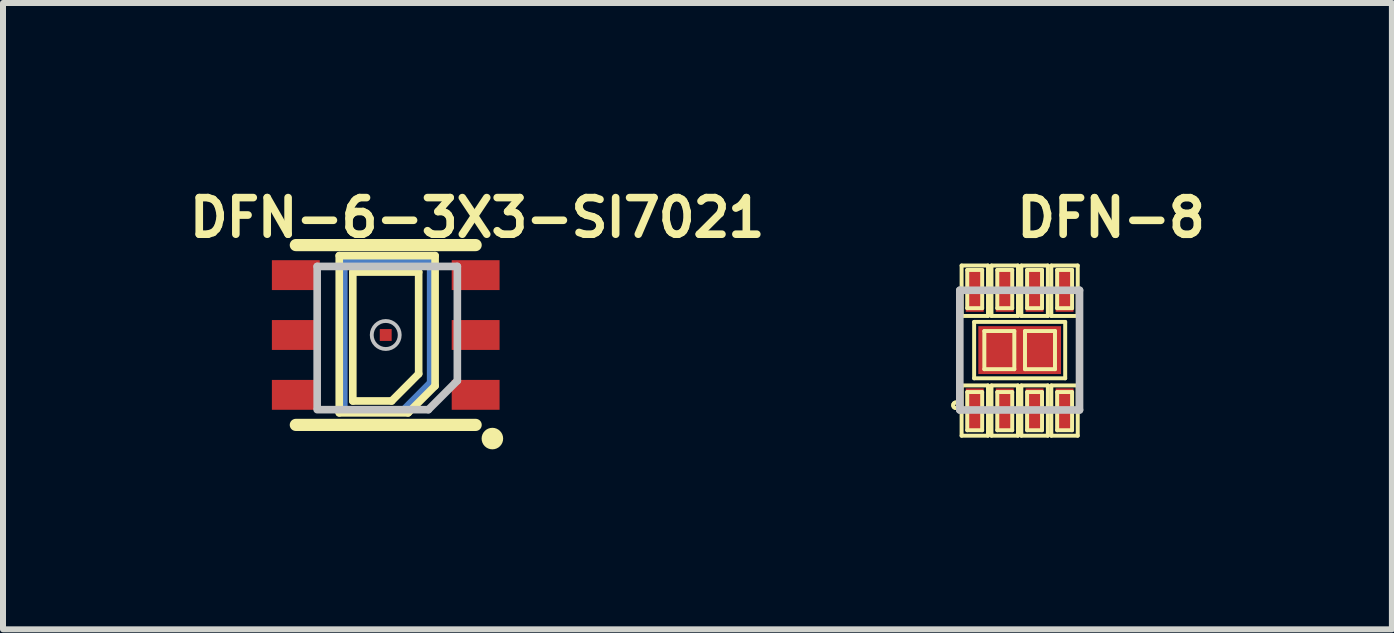
<source format=kicad_pcb>
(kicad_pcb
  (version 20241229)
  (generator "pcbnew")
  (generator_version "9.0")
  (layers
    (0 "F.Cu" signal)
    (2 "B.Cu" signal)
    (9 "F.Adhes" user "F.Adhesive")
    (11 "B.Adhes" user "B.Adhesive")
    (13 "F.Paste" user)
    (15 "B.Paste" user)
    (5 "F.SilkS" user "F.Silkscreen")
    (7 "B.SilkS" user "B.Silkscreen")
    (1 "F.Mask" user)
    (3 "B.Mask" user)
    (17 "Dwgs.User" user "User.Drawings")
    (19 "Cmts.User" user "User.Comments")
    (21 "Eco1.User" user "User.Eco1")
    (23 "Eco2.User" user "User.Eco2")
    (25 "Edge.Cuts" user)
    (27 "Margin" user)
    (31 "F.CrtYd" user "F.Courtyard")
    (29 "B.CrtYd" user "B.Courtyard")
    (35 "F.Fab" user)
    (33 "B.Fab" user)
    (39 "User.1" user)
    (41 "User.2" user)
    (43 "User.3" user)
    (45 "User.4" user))
  (footprint "DFN-8"
    (layer "F.Cu")
    (at 13.95 2.787)
    (property "Reference" "DFN-8" (at 1.524 -2.207 0) (layer "F.SilkS") (effects (font (size 0.61 0.61) (thickness 0.127))))
    (attr smd)
    (fp_line (start -0.968 -1.41) (end -0.528 -1.41) (stroke (width 0.066) (type solid)) (layer "F.SilkS"))
    (fp_line (start -0.968 -0.569) (end -0.968 -1.41) (stroke (width 0.066) (type solid)) (layer "F.SilkS"))
    (fp_line (start -0.968 -0.569) (end -0.528 -0.569) (stroke (width 0.066) (type solid)) (layer "F.SilkS"))
    (fp_line (start -0.968 0.589) (end -0.528 0.589) (stroke (width 0.066) (type solid)) (layer "F.SilkS"))
    (fp_line (start -0.968 1.427) (end -0.968 0.589) (stroke (width 0.066) (type solid)) (layer "F.SilkS"))
    (fp_line (start -0.968 1.427) (end -0.528 1.427) (stroke (width 0.066) (type solid)) (layer "F.SilkS"))
    (fp_line (start -0.874 -1.336) (end -0.625 -1.336) (stroke (width 0.066) (type solid)) (layer "F.SilkS"))
    (fp_line (start -0.874 -0.699) (end -0.874 -1.336) (stroke (width 0.066) (type solid)) (layer "F.SilkS"))
    (fp_line (start -0.874 -0.699) (end -0.625 -0.699) (stroke (width 0.066) (type solid)) (layer "F.SilkS"))
    (fp_line (start -0.874 0.699) (end -0.625 0.699) (stroke (width 0.066) (type solid)) (layer "F.SilkS"))
    (fp_line (start -0.874 1.336) (end -0.874 0.699) (stroke (width 0.066) (type solid)) (layer "F.SilkS"))
    (fp_line (start -0.874 1.336) (end -0.625 1.336) (stroke (width 0.066) (type solid)) (layer "F.SilkS"))
    (fp_line (start -0.759 -0.47) (end 0.759 -0.47) (stroke (width 0.066) (type solid)) (layer "F.SilkS"))
    (fp_line (start -0.759 0.47) (end -0.759 -0.47) (stroke (width 0.066) (type solid)) (layer "F.SilkS"))
    (fp_line (start -0.759 0.47) (end 0.759 0.47) (stroke (width 0.066) (type solid)) (layer "F.SilkS"))
    (fp_line (start -0.625 -0.699) (end -0.625 -1.336) (stroke (width 0.066) (type solid)) (layer "F.SilkS"))
    (fp_line (start -0.625 1.336) (end -0.625 0.699) (stroke (width 0.066) (type solid)) (layer "F.SilkS"))
    (fp_line (start -0.589 -0.318) (end -0.089 -0.318) (stroke (width 0.066) (type solid)) (layer "F.SilkS"))
    (fp_line (start -0.589 0.318) (end -0.589 -0.318) (stroke (width 0.066) (type solid)) (layer "F.SilkS"))
    (fp_line (start -0.589 0.318) (end -0.089 0.318) (stroke (width 0.066) (type solid)) (layer "F.SilkS"))
    (fp_line (start -0.528 -0.569) (end -0.528 -1.41) (stroke (width 0.066) (type solid)) (layer "F.SilkS"))
    (fp_line (start -0.528 1.427) (end -0.528 0.589) (stroke (width 0.066) (type solid)) (layer "F.SilkS"))
    (fp_line (start -0.47 -1.41) (end -0.028 -1.41) (stroke (width 0.066) (type solid)) (layer "F.SilkS"))
    (fp_line (start -0.47 -0.569) (end -0.47 -1.41) (stroke (width 0.066) (type solid)) (layer "F.SilkS"))
    (fp_line (start -0.47 -0.569) (end -0.028 -0.569) (stroke (width 0.066) (type solid)) (layer "F.SilkS"))
    (fp_line (start -0.47 0.589) (end -0.028 0.589) (stroke (width 0.066) (type solid)) (layer "F.SilkS"))
    (fp_line (start -0.47 1.427) (end -0.47 0.589) (stroke (width 0.066) (type solid)) (layer "F.SilkS"))
    (fp_line (start -0.47 1.427) (end -0.028 1.427) (stroke (width 0.066) (type solid)) (layer "F.SilkS"))
    (fp_line (start -0.373 -1.336) (end -0.124 -1.336) (stroke (width 0.066) (type solid)) (layer "F.SilkS"))
    (fp_line (start -0.373 -0.699) (end -0.373 -1.336) (stroke (width 0.066) (type solid)) (layer "F.SilkS"))
    (fp_line (start -0.373 -0.699) (end -0.124 -0.699) (stroke (width 0.066) (type solid)) (layer "F.SilkS"))
    (fp_line (start -0.373 0.699) (end -0.124 0.699) (stroke (width 0.066) (type solid)) (layer "F.SilkS"))
    (fp_line (start -0.373 1.336) (end -0.373 0.699) (stroke (width 0.066) (type solid)) (layer "F.SilkS"))
    (fp_line (start -0.373 1.336) (end -0.124 1.336) (stroke (width 0.066) (type solid)) (layer "F.SilkS"))
    (fp_line (start -0.124 -0.699) (end -0.124 -1.336) (stroke (width 0.066) (type solid)) (layer "F.SilkS"))
    (fp_line (start -0.124 1.336) (end -0.124 0.699) (stroke (width 0.066) (type solid)) (layer "F.SilkS"))
    (fp_line (start -0.089 0.318) (end -0.089 -0.318) (stroke (width 0.066) (type solid)) (layer "F.SilkS"))
    (fp_line (start -0.028 -0.569) (end -0.028 -1.41) (stroke (width 0.066) (type solid)) (layer "F.SilkS"))
    (fp_line (start -0.028 1.427) (end -0.028 0.589) (stroke (width 0.066) (type solid)) (layer "F.SilkS"))
    (fp_line (start 0.028 -1.41) (end 0.47 -1.41) (stroke (width 0.066) (type solid)) (layer "F.SilkS"))
    (fp_line (start 0.028 -0.569) (end 0.028 -1.41) (stroke (width 0.066) (type solid)) (layer "F.SilkS"))
    (fp_line (start 0.028 -0.569) (end 0.47 -0.569) (stroke (width 0.066) (type solid)) (layer "F.SilkS"))
    (fp_line (start 0.028 0.589) (end 0.47 0.589) (stroke (width 0.066) (type solid)) (layer "F.SilkS"))
    (fp_line (start 0.028 1.427) (end 0.028 0.589) (stroke (width 0.066) (type solid)) (layer "F.SilkS"))
    (fp_line (start 0.028 1.427) (end 0.47 1.427) (stroke (width 0.066) (type solid)) (layer "F.SilkS"))
    (fp_line (start 0.089 -0.318) (end 0.589 -0.318) (stroke (width 0.066) (type solid)) (layer "F.SilkS"))
    (fp_line (start 0.089 0.318) (end 0.089 -0.318) (stroke (width 0.066) (type solid)) (layer "F.SilkS"))
    (fp_line (start 0.089 0.318) (end 0.589 0.318) (stroke (width 0.066) (type solid)) (layer "F.SilkS"))
    (fp_line (start 0.124 -1.336) (end 0.373 -1.336) (stroke (width 0.066) (type solid)) (layer "F.SilkS"))
    (fp_line (start 0.124 -0.699) (end 0.124 -1.336) (stroke (width 0.066) (type solid)) (layer "F.SilkS"))
    (fp_line (start 0.124 -0.699) (end 0.373 -0.699) (stroke (width 0.066) (type solid)) (layer "F.SilkS"))
    (fp_line (start 0.124 0.699) (end 0.373 0.699) (stroke (width 0.066) (type solid)) (layer "F.SilkS"))
    (fp_line (start 0.124 1.336) (end 0.124 0.699) (stroke (width 0.066) (type solid)) (layer "F.SilkS"))
    (fp_line (start 0.124 1.336) (end 0.373 1.336) (stroke (width 0.066) (type solid)) (layer "F.SilkS"))
    (fp_line (start 0.373 -0.699) (end 0.373 -1.336) (stroke (width 0.066) (type solid)) (layer "F.SilkS"))
    (fp_line (start 0.373 1.336) (end 0.373 0.699) (stroke (width 0.066) (type solid)) (layer "F.SilkS"))
    (fp_line (start 0.47 -0.569) (end 0.47 -1.41) (stroke (width 0.066) (type solid)) (layer "F.SilkS"))
    (fp_line (start 0.47 1.427) (end 0.47 0.589) (stroke (width 0.066) (type solid)) (layer "F.SilkS"))
    (fp_line (start 0.528 -1.41) (end 0.968 -1.41) (stroke (width 0.066) (type solid)) (layer "F.SilkS"))
    (fp_line (start 0.528 -0.569) (end 0.528 -1.41) (stroke (width 0.066) (type solid)) (layer "F.SilkS"))
    (fp_line (start 0.528 -0.569) (end 0.968 -0.569) (stroke (width 0.066) (type solid)) (layer "F.SilkS"))
    (fp_line (start 0.528 0.589) (end 0.968 0.589) (stroke (width 0.066) (type solid)) (layer "F.SilkS"))
    (fp_line (start 0.528 1.427) (end 0.528 0.589) (stroke (width 0.066) (type solid)) (layer "F.SilkS"))
    (fp_line (start 0.528 1.427) (end 0.968 1.427) (stroke (width 0.066) (type solid)) (layer "F.SilkS"))
    (fp_line (start 0.589 0.318) (end 0.589 -0.318) (stroke (width 0.066) (type solid)) (layer "F.SilkS"))
    (fp_line (start 0.625 -1.336) (end 0.874 -1.336) (stroke (width 0.066) (type solid)) (layer "F.SilkS"))
    (fp_line (start 0.625 -0.699) (end 0.625 -1.336) (stroke (width 0.066) (type solid)) (layer "F.SilkS"))
    (fp_line (start 0.625 -0.699) (end 0.874 -0.699) (stroke (width 0.066) (type solid)) (layer "F.SilkS"))
    (fp_line (start 0.625 0.699) (end 0.874 0.699) (stroke (width 0.066) (type solid)) (layer "F.SilkS"))
    (fp_line (start 0.625 1.336) (end 0.625 0.699) (stroke (width 0.066) (type solid)) (layer "F.SilkS"))
    (fp_line (start 0.625 1.336) (end 0.874 1.336) (stroke (width 0.066) (type solid)) (layer "F.SilkS"))
    (fp_line (start 0.759 0.47) (end 0.759 -0.47) (stroke (width 0.066) (type solid)) (layer "F.SilkS"))
    (fp_line (start 0.874 -0.699) (end 0.874 -1.336) (stroke (width 0.066) (type solid)) (layer "F.SilkS"))
    (fp_line (start 0.874 1.336) (end 0.874 0.699) (stroke (width 0.066) (type solid)) (layer "F.SilkS"))
    (fp_line (start 0.968 -0.569) (end 0.968 -1.41) (stroke (width 0.066) (type solid)) (layer "F.SilkS"))
    (fp_line (start 0.968 1.427) (end 0.968 0.589) (stroke (width 0.066) (type solid)) (layer "F.SilkS"))
    (fp_circle (center -1.062 0.919) (end -1.095 0.953) (stroke (width 0.064) (type solid)) (fill no) (layer "F.SilkS"))
    (fp_circle (center -1.062 0.919) (end -1.095 0.953) (stroke (width 0.064) (type solid)) (fill no) (layer "F.SilkS"))
    (fp_line (start -0.998 -0.998) (end 0.998 -0.998) (stroke (width 0.127) (type solid)) (layer "Dwgs.User"))
    (fp_line (start -0.998 0.998) (end -0.998 -0.998) (stroke (width 0.127) (type solid)) (layer "Dwgs.User"))
    (fp_line (start 0.998 -0.998) (end 0.998 0.998) (stroke (width 0.127) (type solid)) (layer "Dwgs.User"))
    (fp_line (start 0.998 0.998) (end -0.998 0.998) (stroke (width 0.127) (type solid)) (layer "Dwgs.User"))
    (pad "P$1" smd rect (at -0.749 0.988 90) (size 0.699 0.3) (layers "F.Cu" "F.Mask" "F.Paste"))
    (pad "P$2" smd rect (at -0.249 0.988 90) (size 0.699 0.3) (layers "F.Cu" "F.Mask" "F.Paste"))
    (pad "P$3" smd rect (at 0.249 0.988 90) (size 0.699 0.3) (layers "F.Cu" "F.Mask" "F.Paste"))
    (pad "P$4" smd rect (at 0.749 0.988 90) (size 0.699 0.3) (layers "F.Cu" "F.Mask" "F.Paste"))
    (pad "P$5" smd rect (at 0.749 -0.988 90) (size 0.699 0.3) (layers "F.Cu" "F.Mask" "F.Paste"))
    (pad "P$6" smd rect (at 0.249 -0.988 90) (size 0.699 0.3) (layers "F.Cu" "F.Mask" "F.Paste"))
    (pad "P$7" smd rect (at -0.249 -0.988 90) (size 0.699 0.3) (layers "F.Cu" "F.Mask" "F.Paste"))
    (pad "P$8" smd rect (at -0.749 -0.988 90) (size 0.699 0.3) (layers "F.Cu" "F.Mask" "F.Paste"))
    (pad "P$9" smd rect (at 0 0) (size 1.379 0.798) (layers "F.Cu" "F.Mask" "F.Paste")))
  (footprint "DFN-6-3X3-SI7021"
    (layer "F.Cu")
    (at 3.381 2.535)
    (property "Reference" "DFN-6-3X3-SI7021" (at 1.524 -1.956 0) (layer "F.SilkS") (effects (font (size 0.61 0.61) (thickness 0.127))))
    (attr smd)
    (fp_line (start -0.699 -1.25) (end 0.749 -1.25) (stroke (width 0.127) (type solid)) (layer "B.Cu"))
    (fp_line (start -0.699 1.25) (end -0.699 -1.25) (stroke (width 0.127) (type solid)) (layer "B.Cu"))
    (fp_line (start 0.3 1.25) (end -0.699 1.25) (stroke (width 0.127) (type solid)) (layer "B.Cu"))
    (fp_line (start 0.749 -1.25) (end 0.749 0.798) (stroke (width 0.127) (type solid)) (layer "B.Cu"))
    (fp_line (start 0.749 0.798) (end 0.3 1.25) (stroke (width 0.127) (type solid)) (layer "B.Cu"))
    (fp_line (start -1.499 -1.499) (end 1.499 -1.499) (stroke (width 0.203) (type solid)) (layer "F.SilkS"))
    (fp_line (start -1.499 1.499) (end 1.499 1.499) (stroke (width 0.203) (type solid)) (layer "F.SilkS"))
    (fp_line (start -0.775 -1.323) (end -0.775 1.298) (stroke (width 0.127) (type solid)) (layer "F.SilkS"))
    (fp_line (start -0.775 1.298) (end 0.373 1.298) (stroke (width 0.127) (type solid)) (layer "F.SilkS"))
    (fp_line (start -0.549 -1.049) (end 0.549 -1.049) (stroke (width 0.127) (type solid)) (layer "F.SilkS"))
    (fp_line (start -0.549 1.1) (end -0.549 -1.049) (stroke (width 0.127) (type solid)) (layer "F.SilkS"))
    (fp_line (start 0.099 1.1) (end -0.549 1.1) (stroke (width 0.127) (type solid)) (layer "F.SilkS"))
    (fp_line (start 0.373 1.298) (end 0.823 0.848) (stroke (width 0.127) (type solid)) (layer "F.SilkS"))
    (fp_line (start 0.549 -1.049) (end 0.549 0.648) (stroke (width 0.127) (type solid)) (layer "F.SilkS"))
    (fp_line (start 0.549 0.648) (end 0.099 1.1) (stroke (width 0.127) (type solid)) (layer "F.SilkS"))
    (fp_line (start 0.823 -1.323) (end -0.775 -1.323) (stroke (width 0.127) (type solid)) (layer "F.SilkS"))
    (fp_line (start 0.823 0.848) (end 0.823 -1.323) (stroke (width 0.127) (type solid)) (layer "F.SilkS"))
    (fp_circle (center 1.778 1.727) (end 1.905 1.854) (stroke (width 0) (type solid)) (fill yes) (layer "F.SilkS"))
    (fp_line (start -1.143 -1.143) (end 1.194 -1.143) (stroke (width 0.127) (type solid)) (layer "Dwgs.User"))
    (fp_line (start -1.143 1.219) (end -1.143 -1.143) (stroke (width 0.127) (type solid)) (layer "Dwgs.User"))
    (fp_line (start 0.711 1.245) (end -1.143 1.245) (stroke (width 0.127) (type solid)) (layer "Dwgs.User"))
    (fp_line (start 1.194 -1.143) (end 1.194 0.762) (stroke (width 0.127) (type solid)) (layer "Dwgs.User"))
    (fp_line (start 1.194 0.762) (end 0.711 1.245) (stroke (width 0.127) (type solid)) (layer "Dwgs.User"))
    (fp_circle (center 0 0) (end -0.165 0.165) (stroke (width 0.064) (type solid)) (fill no) (layer "Dwgs.User"))
    (pad "7" smd rect (at 0 0) (size 0.198 0.198) (layers "F.Cu" "F.Mask" "F.Paste"))
    (pad "DATA" smd rect (at 1.499 0.998 270) (size 0.498 0.798) (layers "F.Cu" "F.Mask" "F.Paste"))
    (pad "GND" smd rect (at 1.499 0 270) (size 0.498 0.798) (layers "F.Cu" "F.Mask" "F.Paste"))
    (pad "NC@3" smd rect (at 1.499 -0.998 270) (size 0.498 0.798) (layers "F.Cu" "F.Mask" "F.Paste"))
    (pad "NC@4" smd rect (at -1.499 -0.998 270) (size 0.498 0.798) (layers "F.Cu" "F.Mask" "F.Paste"))
    (pad "SCK" smd rect (at -1.499 0.998 270) (size 0.498 0.798) (layers "F.Cu" "F.Mask" "F.Paste"))
    (pad "VDD" smd rect (at -1.499 0 270) (size 0.498 0.798) (layers "F.Cu" "F.Mask" "F.Paste")))
  (gr_rect
    (start -3 -3)
    (end 20.156 7.442)
    (stroke (width 0.1) (type default))
    (fill no)
    (layer "Edge.Cuts")))
</source>
